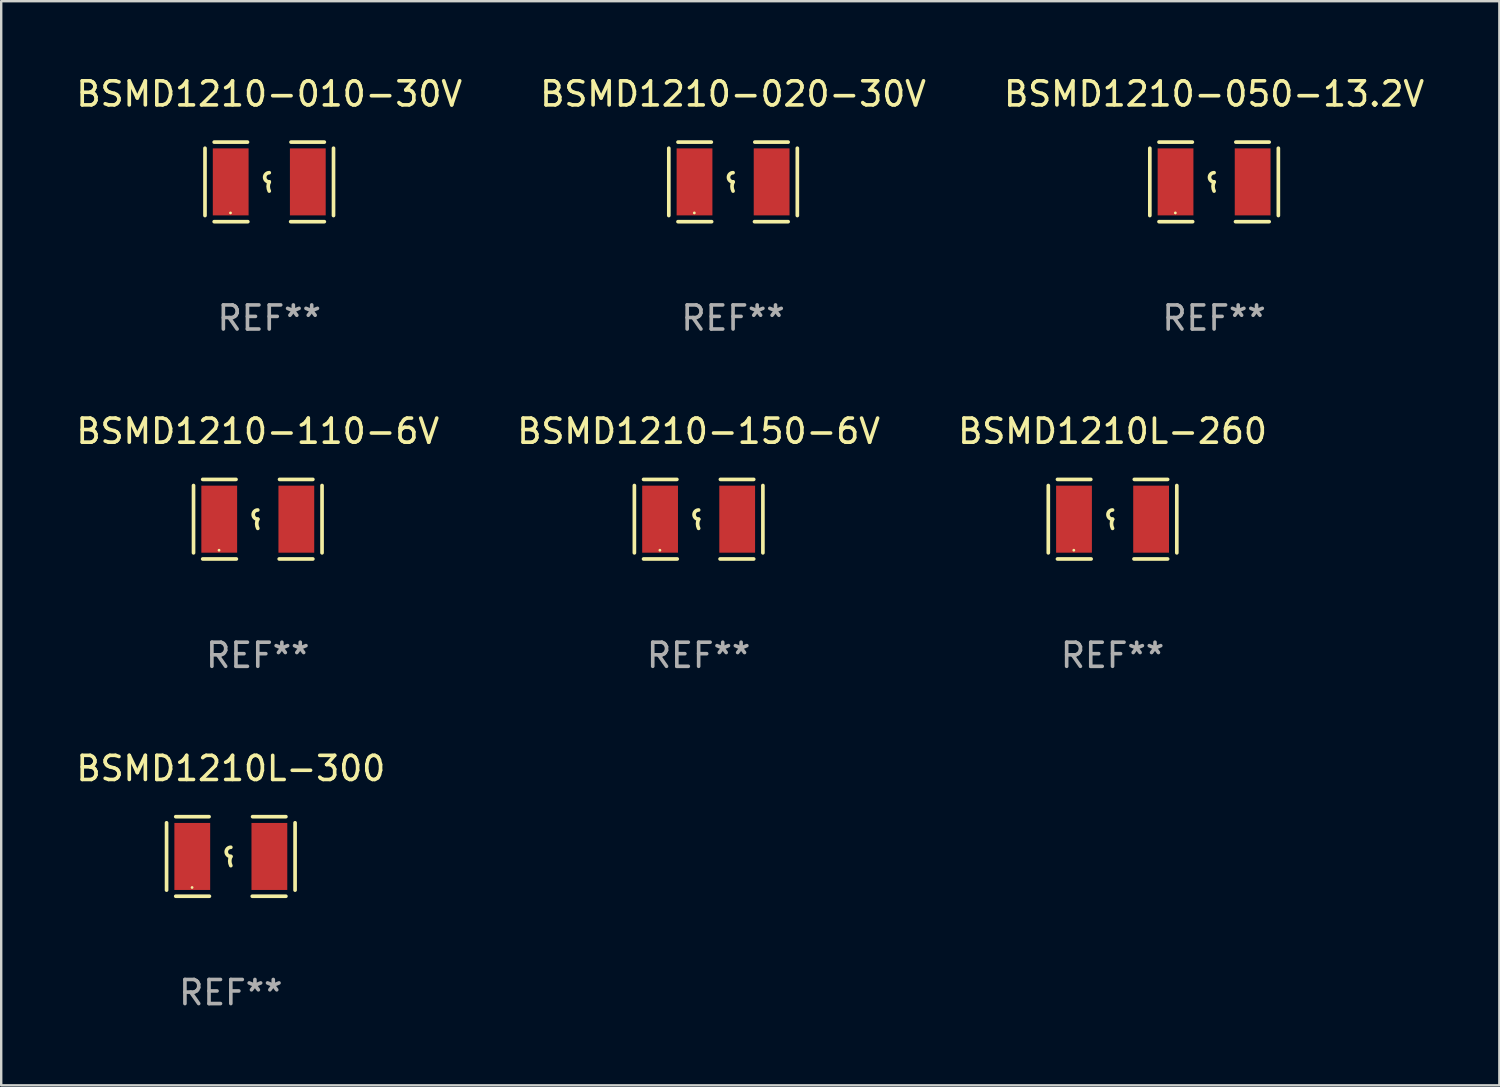
<source format=kicad_pcb>
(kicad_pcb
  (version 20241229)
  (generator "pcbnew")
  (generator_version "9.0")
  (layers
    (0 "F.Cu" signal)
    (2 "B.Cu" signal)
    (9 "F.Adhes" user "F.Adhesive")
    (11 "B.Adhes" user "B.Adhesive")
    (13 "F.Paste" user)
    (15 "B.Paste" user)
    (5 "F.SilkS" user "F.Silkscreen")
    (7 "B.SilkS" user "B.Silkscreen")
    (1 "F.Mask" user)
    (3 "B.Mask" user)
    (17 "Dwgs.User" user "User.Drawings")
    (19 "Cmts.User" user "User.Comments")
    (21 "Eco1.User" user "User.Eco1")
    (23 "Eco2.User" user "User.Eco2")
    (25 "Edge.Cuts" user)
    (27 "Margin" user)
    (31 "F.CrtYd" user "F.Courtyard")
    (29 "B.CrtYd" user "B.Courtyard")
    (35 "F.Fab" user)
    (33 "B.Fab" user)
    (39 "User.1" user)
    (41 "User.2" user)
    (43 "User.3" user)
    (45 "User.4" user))
  (footprint "BSMD1210-050-13.2V"
    (layer "F.Cu")
    (at 47.339 4.499)
    (property "Reference" "BSMD1210-050-13.2V" (at 0 -3.651 0) (layer "F.SilkS") (effects (font (size 1 1) (thickness 0.15))))
    (attr through_hole)
    (fp_line (start -2.667 -1.397) (end -2.667 1.397) (stroke (width 0.152) (type solid)) (layer "F.SilkS"))
    (fp_line (start -2.286 -1.651) (end -0.903 -1.651) (stroke (width 0.152) (type solid)) (layer "F.SilkS"))
    (fp_line (start -0.889 1.651) (end -2.286 1.651) (stroke (width 0.152) (type solid)) (layer "F.SilkS"))
    (fp_line (start 0.889 1.651) (end 2.286 1.651) (stroke (width 0.152) (type solid)) (layer "F.SilkS"))
    (fp_line (start 2.286 -1.651) (end 0.903 -1.651) (stroke (width 0.152) (type solid)) (layer "F.SilkS"))
    (fp_line (start 2.667 -1.397) (end 2.667 1.397) (stroke (width 0.152) (type solid)) (layer "F.SilkS"))
    (fp_arc (start 0 0) (mid -0.1905 -0.1905) (end 0 -0.381) (stroke (width 0.151994) (type solid)) (layer "F.SilkS"))
    (fp_arc (start 0 0.381001) (mid -0.044971 0.1905) (end 0 0) (stroke (width 0.151994) (type solid)) (layer "F.SilkS"))
    (fp_circle (center -1.608 1.288) (end -1.578 1.288) (stroke (width 0.06) (type solid)) (fill no) (layer "F.SilkS"))
    (fp_text user "REF**" (at 0 5.651 0) (layer "F.Fab") (effects (font (size 1 1) (thickness 0.15))))
    (pad "1" smd rect (at -1.6 0) (size 1.485 2.781) (layers "F.Cu" "F.Mask" "F.Paste"))
    (pad "2" smd rect (at 1.6 0) (size 1.485 2.781) (layers "F.Cu" "F.Mask" "F.Paste")))
  (footprint "BSMD1210-150-6V"
    (layer "F.Cu")
    (at 25.946 18.498)
    (property "Reference" "BSMD1210-150-6V" (at 0 -3.651 0) (layer "F.SilkS") (effects (font (size 1 1) (thickness 0.15))))
    (attr through_hole)
    (fp_line (start -2.667 -1.397) (end -2.667 1.397) (stroke (width 0.152) (type solid)) (layer "F.SilkS"))
    (fp_line (start -2.286 -1.651) (end -0.903 -1.651) (stroke (width 0.152) (type solid)) (layer "F.SilkS"))
    (fp_line (start -0.889 1.651) (end -2.286 1.651) (stroke (width 0.152) (type solid)) (layer "F.SilkS"))
    (fp_line (start 0.889 1.651) (end 2.286 1.651) (stroke (width 0.152) (type solid)) (layer "F.SilkS"))
    (fp_line (start 2.286 -1.651) (end 0.903 -1.651) (stroke (width 0.152) (type solid)) (layer "F.SilkS"))
    (fp_line (start 2.667 -1.397) (end 2.667 1.397) (stroke (width 0.152) (type solid)) (layer "F.SilkS"))
    (fp_arc (start 0 0) (mid -0.1905 -0.1905) (end 0 -0.381) (stroke (width 0.151994) (type solid)) (layer "F.SilkS"))
    (fp_arc (start 0 0.381001) (mid -0.044971 0.1905) (end 0 0) (stroke (width 0.151994) (type solid)) (layer "F.SilkS"))
    (fp_circle (center -1.608 1.288) (end -1.578 1.288) (stroke (width 0.06) (type solid)) (fill no) (layer "F.SilkS"))
    (fp_text user "REF**" (at 0 5.651 0) (layer "F.Fab") (effects (font (size 1 1) (thickness 0.15))))
    (pad "1" smd rect (at -1.6 0) (size 1.485 2.781) (layers "F.Cu" "F.Mask" "F.Paste"))
    (pad "2" smd rect (at 1.6 0) (size 1.485 2.781) (layers "F.Cu" "F.Mask" "F.Paste")))
  (footprint "BSMD1210-010-30V"
    (layer "F.Cu")
    (at 8.125 4.499)
    (property "Reference" "BSMD1210-010-30V" (at 0 -3.651 0) (layer "F.SilkS") (effects (font (size 1 1) (thickness 0.15))))
    (attr through_hole)
    (fp_line (start -2.667 -1.397) (end -2.667 1.397) (stroke (width 0.152) (type solid)) (layer "F.SilkS"))
    (fp_line (start -2.286 -1.651) (end -0.903 -1.651) (stroke (width 0.152) (type solid)) (layer "F.SilkS"))
    (fp_line (start -0.889 1.651) (end -2.286 1.651) (stroke (width 0.152) (type solid)) (layer "F.SilkS"))
    (fp_line (start 0.889 1.651) (end 2.286 1.651) (stroke (width 0.152) (type solid)) (layer "F.SilkS"))
    (fp_line (start 2.286 -1.651) (end 0.903 -1.651) (stroke (width 0.152) (type solid)) (layer "F.SilkS"))
    (fp_line (start 2.667 -1.397) (end 2.667 1.397) (stroke (width 0.152) (type solid)) (layer "F.SilkS"))
    (fp_arc (start 0 0) (mid -0.1905 -0.1905) (end 0 -0.381) (stroke (width 0.151994) (type solid)) (layer "F.SilkS"))
    (fp_arc (start 0 0.381001) (mid -0.044971 0.1905) (end 0 0) (stroke (width 0.151994) (type solid)) (layer "F.SilkS"))
    (fp_circle (center -1.608 1.288) (end -1.578 1.288) (stroke (width 0.06) (type solid)) (fill no) (layer "F.SilkS"))
    (fp_text user "REF**" (at 0 5.651 0) (layer "F.Fab") (effects (font (size 1 1) (thickness 0.15))))
    (pad "1" smd rect (at -1.6 0) (size 1.485 2.781) (layers "F.Cu" "F.Mask" "F.Paste"))
    (pad "2" smd rect (at 1.6 0) (size 1.485 2.781) (layers "F.Cu" "F.Mask" "F.Paste")))
  (footprint "BSMD1210L-300"
    (layer "F.Cu")
    (at 6.53 32.496)
    (property "Reference" "BSMD1210L-300" (at 0 -3.651 0) (layer "F.SilkS") (effects (font (size 1 1) (thickness 0.15))))
    (attr through_hole)
    (fp_line (start -2.667 -1.397) (end -2.667 1.397) (stroke (width 0.152) (type solid)) (layer "F.SilkS"))
    (fp_line (start -2.286 -1.651) (end -0.903 -1.651) (stroke (width 0.152) (type solid)) (layer "F.SilkS"))
    (fp_line (start -0.889 1.651) (end -2.286 1.651) (stroke (width 0.152) (type solid)) (layer "F.SilkS"))
    (fp_line (start 0.889 1.651) (end 2.286 1.651) (stroke (width 0.152) (type solid)) (layer "F.SilkS"))
    (fp_line (start 2.286 -1.651) (end 0.903 -1.651) (stroke (width 0.152) (type solid)) (layer "F.SilkS"))
    (fp_line (start 2.667 -1.397) (end 2.667 1.397) (stroke (width 0.152) (type solid)) (layer "F.SilkS"))
    (fp_arc (start 0 0) (mid -0.1905 -0.1905) (end 0 -0.381) (stroke (width 0.151994) (type solid)) (layer "F.SilkS"))
    (fp_arc (start 0 0.381001) (mid -0.044971 0.1905) (end 0 0) (stroke (width 0.151994) (type solid)) (layer "F.SilkS"))
    (fp_circle (center -1.608 1.288) (end -1.578 1.288) (stroke (width 0.06) (type solid)) (fill no) (layer "F.SilkS"))
    (fp_text user "REF**" (at 0 5.651 0) (layer "F.Fab") (effects (font (size 1 1) (thickness 0.15))))
    (pad "1" smd rect (at -1.6 0) (size 1.485 2.781) (layers "F.Cu" "F.Mask" "F.Paste"))
    (pad "2" smd rect (at 1.6 0) (size 1.485 2.781) (layers "F.Cu" "F.Mask" "F.Paste")))
  (footprint "BSMD1210-110-6V"
    (layer "F.Cu")
    (at 7.649 18.498)
    (property "Reference" "BSMD1210-110-6V" (at 0 -3.651 0) (layer "F.SilkS") (effects (font (size 1 1) (thickness 0.15))))
    (attr through_hole)
    (fp_line (start -2.667 -1.397) (end -2.667 1.397) (stroke (width 0.152) (type solid)) (layer "F.SilkS"))
    (fp_line (start -2.286 -1.651) (end -0.903 -1.651) (stroke (width 0.152) (type solid)) (layer "F.SilkS"))
    (fp_line (start -0.889 1.651) (end -2.286 1.651) (stroke (width 0.152) (type solid)) (layer "F.SilkS"))
    (fp_line (start 0.889 1.651) (end 2.286 1.651) (stroke (width 0.152) (type solid)) (layer "F.SilkS"))
    (fp_line (start 2.286 -1.651) (end 0.903 -1.651) (stroke (width 0.152) (type solid)) (layer "F.SilkS"))
    (fp_line (start 2.667 -1.397) (end 2.667 1.397) (stroke (width 0.152) (type solid)) (layer "F.SilkS"))
    (fp_arc (start 0 0) (mid -0.1905 -0.1905) (end 0 -0.381) (stroke (width 0.151994) (type solid)) (layer "F.SilkS"))
    (fp_arc (start 0 0.381001) (mid -0.044971 0.1905) (end 0 0) (stroke (width 0.151994) (type solid)) (layer "F.SilkS"))
    (fp_circle (center -1.608 1.288) (end -1.578 1.288) (stroke (width 0.06) (type solid)) (fill no) (layer "F.SilkS"))
    (fp_text user "REF**" (at 0 5.651 0) (layer "F.Fab") (effects (font (size 1 1) (thickness 0.15))))
    (pad "1" smd rect (at -1.6 0) (size 1.485 2.781) (layers "F.Cu" "F.Mask" "F.Paste"))
    (pad "2" smd rect (at 1.6 0) (size 1.485 2.781) (layers "F.Cu" "F.Mask" "F.Paste")))
  (footprint "BSMD1210L-260"
    (layer "F.Cu")
    (at 43.125 18.498)
    (property "Reference" "BSMD1210L-260" (at 0 -3.651 0) (layer "F.SilkS") (effects (font (size 1 1) (thickness 0.15))))
    (attr through_hole)
    (fp_line (start -2.667 -1.397) (end -2.667 1.397) (stroke (width 0.152) (type solid)) (layer "F.SilkS"))
    (fp_line (start -2.286 -1.651) (end -0.903 -1.651) (stroke (width 0.152) (type solid)) (layer "F.SilkS"))
    (fp_line (start -0.889 1.651) (end -2.286 1.651) (stroke (width 0.152) (type solid)) (layer "F.SilkS"))
    (fp_line (start 0.889 1.651) (end 2.286 1.651) (stroke (width 0.152) (type solid)) (layer "F.SilkS"))
    (fp_line (start 2.286 -1.651) (end 0.903 -1.651) (stroke (width 0.152) (type solid)) (layer "F.SilkS"))
    (fp_line (start 2.667 -1.397) (end 2.667 1.397) (stroke (width 0.152) (type solid)) (layer "F.SilkS"))
    (fp_arc (start 0 0) (mid -0.1905 -0.1905) (end 0 -0.381) (stroke (width 0.151994) (type solid)) (layer "F.SilkS"))
    (fp_arc (start 0 0.381001) (mid -0.044971 0.1905) (end 0 0) (stroke (width 0.151994) (type solid)) (layer "F.SilkS"))
    (fp_circle (center -1.608 1.288) (end -1.578 1.288) (stroke (width 0.06) (type solid)) (fill no) (layer "F.SilkS"))
    (fp_text user "REF**" (at 0 5.651 0) (layer "F.Fab") (effects (font (size 1 1) (thickness 0.15))))
    (pad "1" smd rect (at -1.6 0) (size 1.485 2.781) (layers "F.Cu" "F.Mask" "F.Paste"))
    (pad "2" smd rect (at 1.6 0) (size 1.485 2.781) (layers "F.Cu" "F.Mask" "F.Paste")))
  (footprint "BSMD1210-020-30V"
    (layer "F.Cu")
    (at 27.375 4.499)
    (property "Reference" "BSMD1210-020-30V" (at 0 -3.651 0) (layer "F.SilkS") (effects (font (size 1 1) (thickness 0.15))))
    (attr through_hole)
    (fp_line (start -2.667 -1.397) (end -2.667 1.397) (stroke (width 0.152) (type solid)) (layer "F.SilkS"))
    (fp_line (start -2.286 -1.651) (end -0.903 -1.651) (stroke (width 0.152) (type solid)) (layer "F.SilkS"))
    (fp_line (start -0.889 1.651) (end -2.286 1.651) (stroke (width 0.152) (type solid)) (layer "F.SilkS"))
    (fp_line (start 0.889 1.651) (end 2.286 1.651) (stroke (width 0.152) (type solid)) (layer "F.SilkS"))
    (fp_line (start 2.286 -1.651) (end 0.903 -1.651) (stroke (width 0.152) (type solid)) (layer "F.SilkS"))
    (fp_line (start 2.667 -1.397) (end 2.667 1.397) (stroke (width 0.152) (type solid)) (layer "F.SilkS"))
    (fp_arc (start 0 0) (mid -0.1905 -0.1905) (end 0 -0.381) (stroke (width 0.151994) (type solid)) (layer "F.SilkS"))
    (fp_arc (start 0 0.381001) (mid -0.044971 0.1905) (end 0 0) (stroke (width 0.151994) (type solid)) (layer "F.SilkS"))
    (fp_circle (center -1.608 1.288) (end -1.578 1.288) (stroke (width 0.06) (type solid)) (fill no) (layer "F.SilkS"))
    (fp_text user "REF**" (at 0 5.651 0) (layer "F.Fab") (effects (font (size 1 1) (thickness 0.15))))
    (pad "1" smd rect (at -1.6 0) (size 1.485 2.781) (layers "F.Cu" "F.Mask" "F.Paste"))
    (pad "2" smd rect (at 1.6 0) (size 1.485 2.781) (layers "F.Cu" "F.Mask" "F.Paste")))
  (gr_rect
    (start -3 -3)
    (end 59.179 41.996)
    (stroke (width 0.1) (type default))
    (fill no)
    (layer "Edge.Cuts")))
</source>
